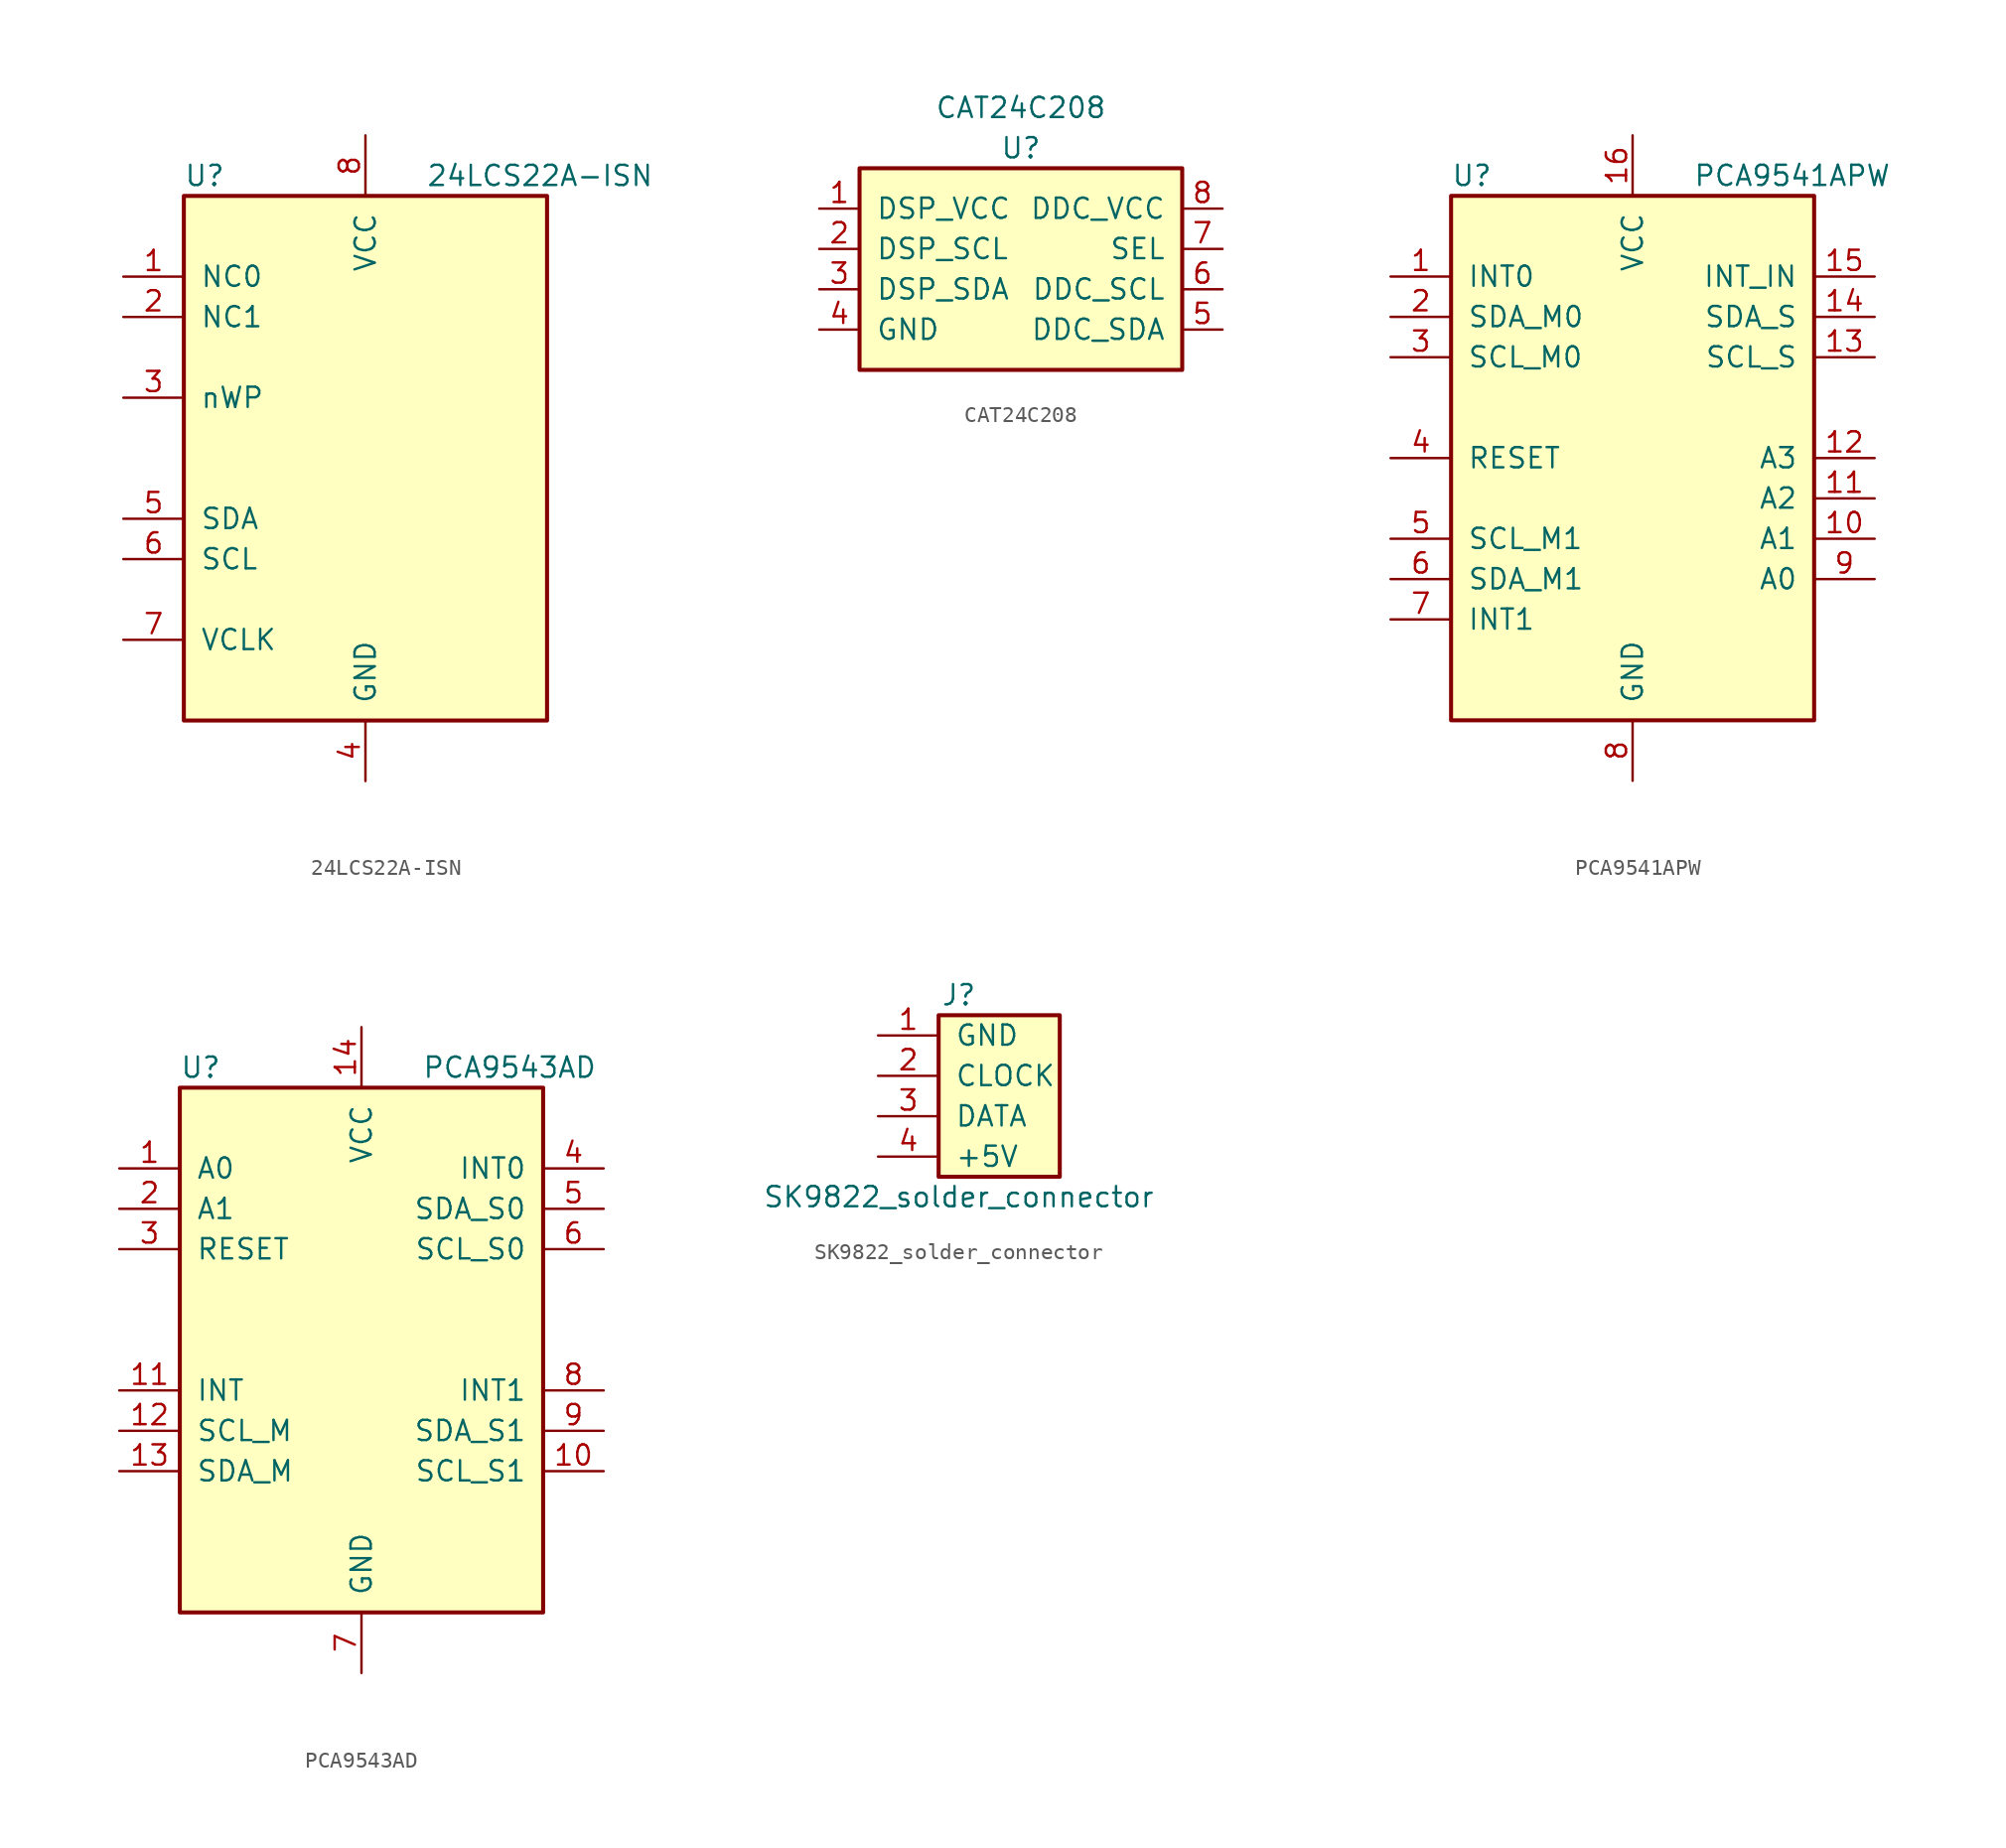
<source format=kicad_sym>
(kicad_symbol_lib
  (version 20241209)
  (generator "kicad_symbol_editor")
  (generator_version "9.0")
  (symbol "24LCS22A-ISN"
    (pin_names
      (offset 1.016))
    (property "Reference" "U"
      (at -11.43 17.78 0)
      (effects (font (size 1.27 1.27)) (justify left)))
    (property "Value" "24LCS22A-ISN"
      (at 3.81 17.78 0)
      (effects (font (size 1.27 1.27)) (justify left)))
    (symbol "24LCS22A-ISN_0_1"
      (rectangle (start -11.43 16.51) (end 11.43 -16.51) (stroke (width 0.254) (type solid)) (fill (type background))))
    (symbol "24LCS22A-ISN_1_1"
      (pin input line (at -15.24 11.43 0) (length 3.81) (name "NC0" (effects (font (size 1.27 1.27)))) (number "1" (effects (font (size 1.27 1.27)))))
      (pin input line (at -15.24 8.89 0) (length 3.81) (name "NC1" (effects (font (size 1.27 1.27)))) (number "2" (effects (font (size 1.27 1.27)))))
      (pin input line (at -15.24 3.81 0) (length 3.81) (name "nWP" (effects (font (size 1.27 1.27)))) (number "3" (effects (font (size 1.27 1.27)))))
      (pin bidirectional line (at -15.24 -3.81 0) (length 3.81) (name "SDA" (effects (font (size 1.27 1.27)))) (number "5" (effects (font (size 1.27 1.27)))))
      (pin bidirectional line (at -15.24 -6.35 0) (length 3.81) (name "SCL" (effects (font (size 1.27 1.27)))) (number "6" (effects (font (size 1.27 1.27)))))
      (pin bidirectional line (at -15.24 -11.43 0) (length 3.81) (name "VCLK" (effects (font (size 1.27 1.27)))) (number "7" (effects (font (size 1.27 1.27)))))
      (pin power_in line (at 0 20.32 270) (length 3.81) (name "VCC" (effects (font (size 1.27 1.27)))) (number "8" (effects (font (size 1.27 1.27)))))
      (pin power_in line (at 0 -20.32 90) (length 3.81) (name "GND" (effects (font (size 1.27 1.27)))) (number "4" (effects (font (size 1.27 1.27)))))))
  (symbol "CAT24C208"
    (pin_names
      (offset 1.016))
    (property "Reference" "U"
      (at 0 7.62 0)
      (effects (font (size 1.27 1.27))))
    (property "Value" "CAT24C208"
      (at 0 10.16 0)
      (effects (font (size 1.27 1.27))))
    (symbol "CAT24C208_1_1"
      (rectangle (start -10.16 6.35) (end 10.16 -6.35) (stroke (width 0.254) (type solid)) (fill (type background)))
      (pin power_in line (at -12.7 3.81 0) (length 2.54) (name "DSP_VCC" (effects (font (size 1.27 1.27)))) (number "1" (effects (font (size 1.27 1.27)))))
      (pin bidirectional line (at -12.7 1.27 0) (length 2.54) (name "DSP_SCL" (effects (font (size 1.27 1.27)))) (number "2" (effects (font (size 1.27 1.27)))))
      (pin bidirectional line (at -12.7 -1.27 0) (length 2.54) (name "DSP_SDA" (effects (font (size 1.27 1.27)))) (number "3" (effects (font (size 1.27 1.27)))))
      (pin power_in line (at -12.7 -3.81 0) (length 2.54) (name "GND" (effects (font (size 1.27 1.27)))) (number "4" (effects (font (size 1.27 1.27)))))
      (pin power_in line (at 12.7 3.81 180) (length 2.54) (name "DDC_VCC" (effects (font (size 1.27 1.27)))) (number "8" (effects (font (size 1.27 1.27)))))
      (pin input line (at 12.7 1.27 180) (length 2.54) (name "SEL" (effects (font (size 1.27 1.27)))) (number "7" (effects (font (size 1.27 1.27)))))
      (pin bidirectional line (at 12.7 -1.27 180) (length 2.54) (name "DDC_SCL" (effects (font (size 1.27 1.27)))) (number "6" (effects (font (size 1.27 1.27)))))
      (pin bidirectional line (at 12.7 -3.81 180) (length 2.54) (name "DDC_SDA" (effects (font (size 1.27 1.27)))) (number "5" (effects (font (size 1.27 1.27)))))))
  (symbol "PCA9541APW"
    (pin_names
      (offset 1.016))
    (property "Reference" "U"
      (at -11.43 17.78 0)
      (effects (font (size 1.27 1.27)) (justify left)))
    (property "Value" "PCA9541APW"
      (at 3.81 17.78 0)
      (effects (font (size 1.27 1.27)) (justify left)))
    (symbol "PCA9541APW_0_1"
      (rectangle (start -11.43 16.51) (end 11.43 -16.51) (stroke (width 0.254) (type solid)) (fill (type background))))
    (symbol "PCA9541APW_1_1"
      (pin bidirectional line (at -15.24 11.43 0) (length 3.81) (name "INT0" (effects (font (size 1.27 1.27)))) (number "1" (effects (font (size 1.27 1.27)))))
      (pin bidirectional line (at -15.24 8.89 0) (length 3.81) (name "SDA_M0" (effects (font (size 1.27 1.27)))) (number "2" (effects (font (size 1.27 1.27)))))
      (pin bidirectional line (at -15.24 6.35 0) (length 3.81) (name "SCL_M0" (effects (font (size 1.27 1.27)))) (number "3" (effects (font (size 1.27 1.27)))))
      (pin input line (at -15.24 0 0) (length 3.81) (name "RESET" (effects (font (size 1.27 1.27)))) (number "4" (effects (font (size 1.27 1.27)))))
      (pin bidirectional line (at -15.24 -5.08 0) (length 3.81) (name "SCL_M1" (effects (font (size 1.27 1.27)))) (number "5" (effects (font (size 1.27 1.27)))))
      (pin bidirectional line (at -15.24 -7.62 0) (length 3.81) (name "SDA_M1" (effects (font (size 1.27 1.27)))) (number "6" (effects (font (size 1.27 1.27)))))
      (pin bidirectional line (at -15.24 -10.16 0) (length 3.81) (name "INT1" (effects (font (size 1.27 1.27)))) (number "7" (effects (font (size 1.27 1.27)))))
      (pin power_in line (at 0 20.32 270) (length 3.81) (name "VCC" (effects (font (size 1.27 1.27)))) (number "16" (effects (font (size 1.27 1.27)))))
      (pin power_in line (at 0 -20.32 90) (length 3.81) (name "GND" (effects (font (size 1.27 1.27)))) (number "8" (effects (font (size 1.27 1.27)))))
      (pin input line (at 15.24 11.43 180) (length 3.81) (name "INT_IN" (effects (font (size 1.27 1.27)))) (number "15" (effects (font (size 1.27 1.27)))))
      (pin bidirectional line (at 15.24 8.89 180) (length 3.81) (name "SDA_S" (effects (font (size 1.27 1.27)))) (number "14" (effects (font (size 1.27 1.27)))))
      (pin bidirectional line (at 15.24 6.35 180) (length 3.81) (name "SCL_S" (effects (font (size 1.27 1.27)))) (number "13" (effects (font (size 1.27 1.27)))))
      (pin input line (at 15.24 0 180) (length 3.81) (name "A3" (effects (font (size 1.27 1.27)))) (number "12" (effects (font (size 1.27 1.27)))))
      (pin input line (at 15.24 -2.54 180) (length 3.81) (name "A2" (effects (font (size 1.27 1.27)))) (number "11" (effects (font (size 1.27 1.27)))))
      (pin input line (at 15.24 -5.08 180) (length 3.81) (name "A1" (effects (font (size 1.27 1.27)))) (number "10" (effects (font (size 1.27 1.27)))))
      (pin input line (at 15.24 -7.62 180) (length 3.81) (name "A0" (effects (font (size 1.27 1.27)))) (number "9" (effects (font (size 1.27 1.27)))))))
  (symbol "PCA9543AD"
    (pin_names
      (offset 1.016))
    (property "Reference" "U"
      (at -11.43 17.78 0)
      (effects (font (size 1.27 1.27)) (justify left)))
    (property "Value" "PCA9543AD"
      (at 3.81 17.78 0)
      (effects (font (size 1.27 1.27)) (justify left)))
    (symbol "PCA9543AD_0_1"
      (rectangle (start -11.43 16.51) (end 11.43 -16.51) (stroke (width 0.254) (type solid)) (fill (type background))))
    (symbol "PCA9543AD_1_1"
      (pin input line (at -15.24 11.43 0) (length 3.81) (name "A0" (effects (font (size 1.27 1.27)))) (number "1" (effects (font (size 1.27 1.27)))))
      (pin input line (at -15.24 8.89 0) (length 3.81) (name "A1" (effects (font (size 1.27 1.27)))) (number "2" (effects (font (size 1.27 1.27)))))
      (pin input line (at -15.24 6.35 0) (length 3.81) (name "RESET" (effects (font (size 1.27 1.27)))) (number "3" (effects (font (size 1.27 1.27)))))
      (pin bidirectional line (at -15.24 -2.54 0) (length 3.81) (name "INT" (effects (font (size 1.27 1.27)))) (number "11" (effects (font (size 1.27 1.27)))))
      (pin bidirectional line (at -15.24 -5.08 0) (length 3.81) (name "SCL_M" (effects (font (size 1.27 1.27)))) (number "12" (effects (font (size 1.27 1.27)))))
      (pin bidirectional line (at -15.24 -7.62 0) (length 3.81) (name "SDA_M" (effects (font (size 1.27 1.27)))) (number "13" (effects (font (size 1.27 1.27)))))
      (pin power_in line (at 0 20.32 270) (length 3.81) (name "VCC" (effects (font (size 1.27 1.27)))) (number "14" (effects (font (size 1.27 1.27)))))
      (pin power_in line (at 0 -20.32 90) (length 3.81) (name "GND" (effects (font (size 1.27 1.27)))) (number "7" (effects (font (size 1.27 1.27)))))
      (pin bidirectional line (at 15.24 11.43 180) (length 3.81) (name "INT0" (effects (font (size 1.27 1.27)))) (number "4" (effects (font (size 1.27 1.27)))))
      (pin bidirectional line (at 15.24 8.89 180) (length 3.81) (name "SDA_S0" (effects (font (size 1.27 1.27)))) (number "5" (effects (font (size 1.27 1.27)))))
      (pin bidirectional line (at 15.24 6.35 180) (length 3.81) (name "SCL_S0" (effects (font (size 1.27 1.27)))) (number "6" (effects (font (size 1.27 1.27)))))
      (pin bidirectional line (at 15.24 -2.54 180) (length 3.81) (name "INT1" (effects (font (size 1.27 1.27)))) (number "8" (effects (font (size 1.27 1.27)))))
      (pin bidirectional line (at 15.24 -5.08 180) (length 3.81) (name "SDA_S1" (effects (font (size 1.27 1.27)))) (number "9" (effects (font (size 1.27 1.27)))))
      (pin bidirectional line (at 15.24 -7.62 180) (length 3.81) (name "SCL_S1" (effects (font (size 1.27 1.27)))) (number "10" (effects (font (size 1.27 1.27)))))))
  (symbol "SK9822_solder_connector"
    (pin_names
      (offset 1.016))
    (property "Reference" "J"
      (at 0 5.08 0)
      (effects (font (size 1.27 1.27))))
    (property "Value" "SK9822_solder_connector"
      (at 0 -7.62 0)
      (effects (font (size 1.27 1.27))))
    (symbol "SK9822_solder_connector_1_1"
      (rectangle (start -1.27 3.81) (end 6.35 -6.35) (stroke (width 0.254) (type default)) (fill (type background)))
      (pin passive line (at -5.08 2.54 0) (length 3.81) (name "GND" (effects (font (size 1.27 1.27)))) (number "1" (effects (font (size 1.27 1.27)))))
      (pin passive line (at -5.08 0 0) (length 3.81) (name "CLOCK" (effects (font (size 1.27 1.27)))) (number "2" (effects (font (size 1.27 1.27)))))
      (pin passive line (at -5.08 -2.54 0) (length 3.81) (name "DATA" (effects (font (size 1.27 1.27)))) (number "3" (effects (font (size 1.27 1.27)))))
      (pin passive line (at -5.08 -5.08 0) (length 3.81) (name "+5V" (effects (font (size 1.27 1.27)))) (number "4" (effects (font (size 1.27 1.27))))))))
</source>
